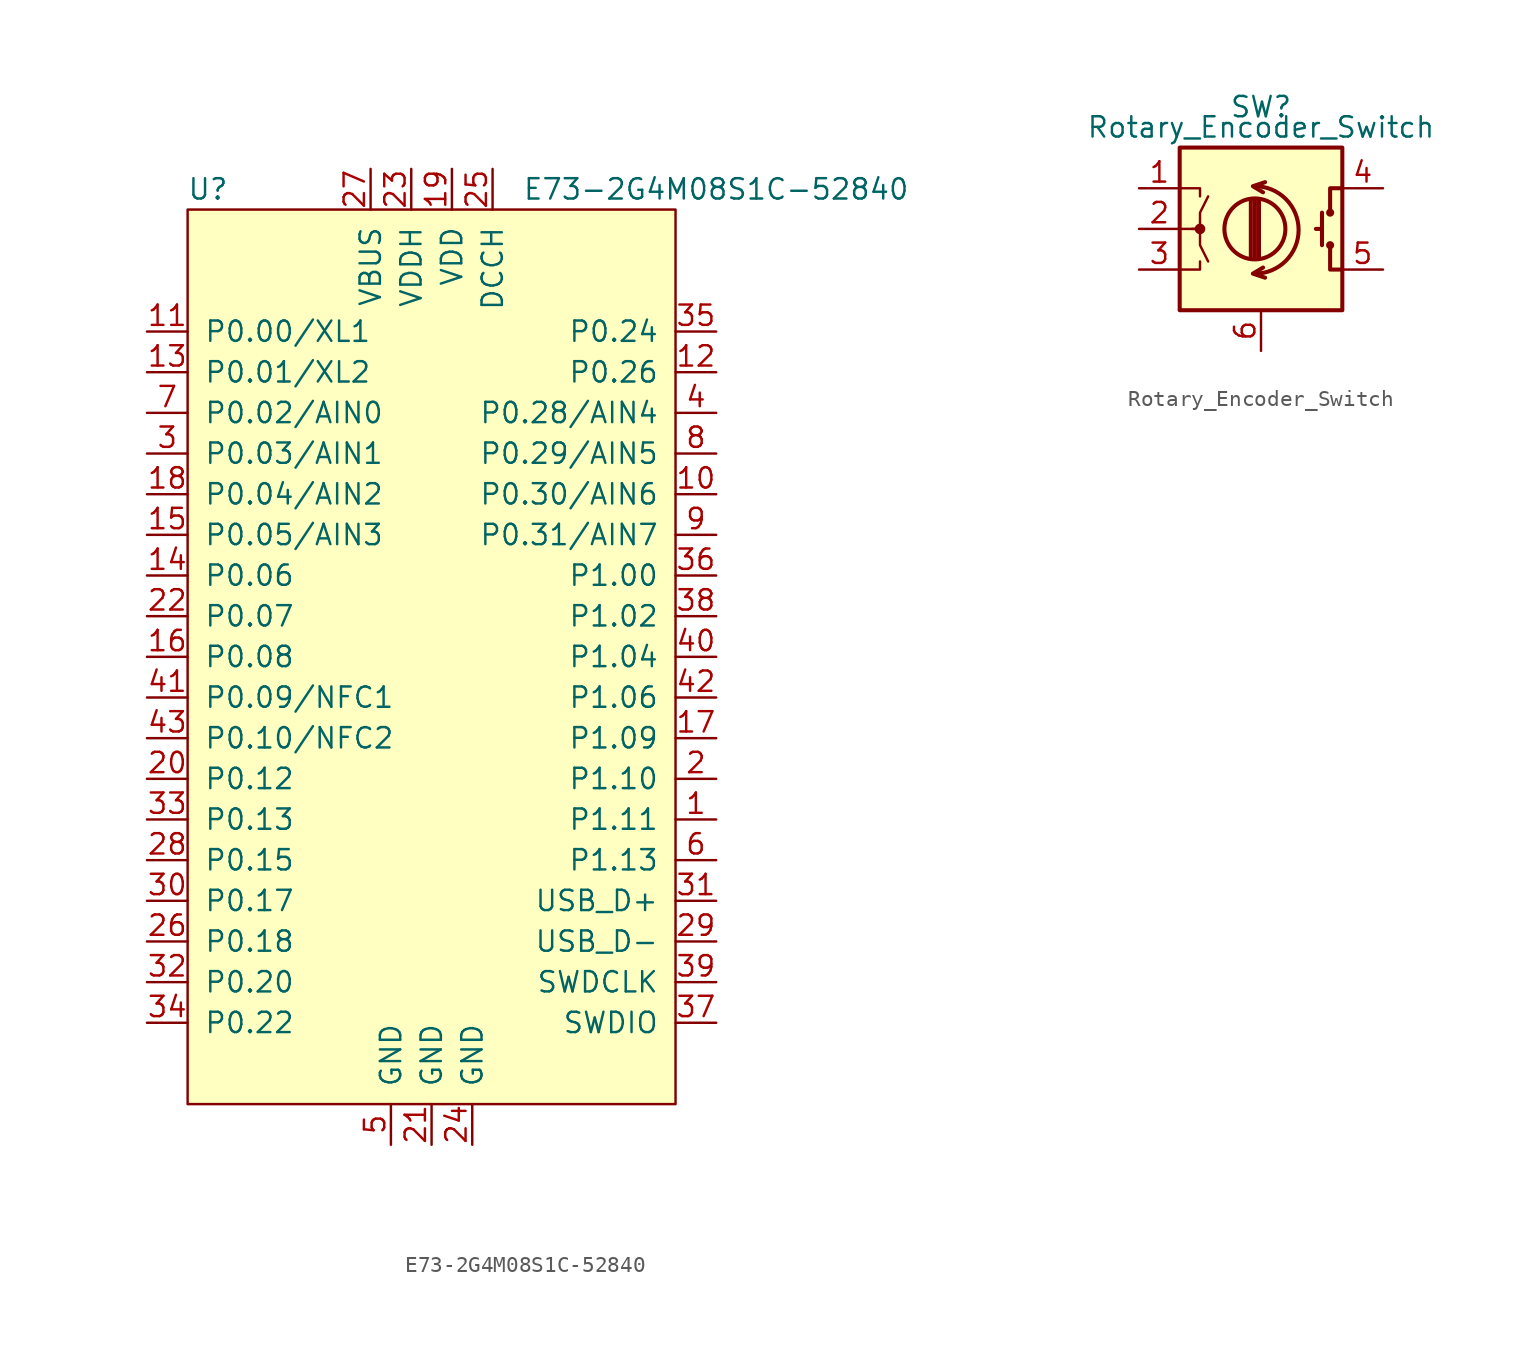
<source format=kicad_sym>
(kicad_symbol_lib
  (version 20211014)
  (generator kicad_symbol_editor)
  (symbol "E73-2G4M08S1C-52840"
    (pin_names
      (offset 1.016))
    (property "Reference" "U"
      (at -13.97 29.21 0)
      (effects (font (size 1.27 1.27))))
    (property "Value" "E73-2G4M08S1C-52840"
      (at 17.78 29.21 0)
      (effects (font (size 1.27 1.27))))
    (symbol "E73-2G4M08S1C-52840_0_1"
      (rectangle (start -15.24 27.94) (end 15.24 -27.94) (stroke (width 0) (type default) (color 0 0 0 0)) (fill (type background))))
    (symbol "E73-2G4M08S1C-52840_1_1"
      (pin bidirectional line (at 17.78 -10.16 180) (length 2.54) (name "P1.11" (effects (font (size 1.27 1.27)))) (number "1" (effects (font (size 1.27 1.27)))))
      (pin bidirectional line (at 17.78 10.16 180) (length 2.54) (name "P0.30/AIN6" (effects (font (size 1.27 1.27)))) (number "10" (effects (font (size 1.27 1.27)))))
      (pin bidirectional line (at -17.78 20.32 0) (length 2.54) (name "P0.00/XL1" (effects (font (size 1.27 1.27)))) (number "11" (effects (font (size 1.27 1.27)))))
      (pin bidirectional line (at 17.78 17.78 180) (length 2.54) (name "P0.26" (effects (font (size 1.27 1.27)))) (number "12" (effects (font (size 1.27 1.27)))))
      (pin bidirectional line (at -17.78 17.78 0) (length 2.54) (name "P0.01/XL2" (effects (font (size 1.27 1.27)))) (number "13" (effects (font (size 1.27 1.27)))))
      (pin bidirectional line (at -17.78 5.08 0) (length 2.54) (name "P0.06" (effects (font (size 1.27 1.27)))) (number "14" (effects (font (size 1.27 1.27)))))
      (pin bidirectional line (at -17.78 7.62 0) (length 2.54) (name "P0.05/AIN3" (effects (font (size 1.27 1.27)))) (number "15" (effects (font (size 1.27 1.27)))))
      (pin bidirectional line (at -17.78 0 0) (length 2.54) (name "P0.08" (effects (font (size 1.27 1.27)))) (number "16" (effects (font (size 1.27 1.27)))))
      (pin bidirectional line (at 17.78 -5.08 180) (length 2.54) (name "P1.09" (effects (font (size 1.27 1.27)))) (number "17" (effects (font (size 1.27 1.27)))))
      (pin bidirectional line (at -17.78 10.16 0) (length 2.54) (name "P0.04/AIN2" (effects (font (size 1.27 1.27)))) (number "18" (effects (font (size 1.27 1.27)))))
      (pin power_in line (at 1.27 30.48 270) (length 2.54) (name "VDD" (effects (font (size 1.27 1.27)))) (number "19" (effects (font (size 1.27 1.27)))))
      (pin bidirectional line (at 17.78 -7.62 180) (length 2.54) (name "P1.10" (effects (font (size 1.27 1.27)))) (number "2" (effects (font (size 1.27 1.27)))))
      (pin bidirectional line (at -17.78 -7.62 0) (length 2.54) (name "P0.12" (effects (font (size 1.27 1.27)))) (number "20" (effects (font (size 1.27 1.27)))))
      (pin power_in line (at 0 -30.48 90) (length 2.54) (name "GND" (effects (font (size 1.27 1.27)))) (number "21" (effects (font (size 1.27 1.27)))))
      (pin bidirectional line (at -17.78 2.54 0) (length 2.54) (name "P0.07" (effects (font (size 1.27 1.27)))) (number "22" (effects (font (size 1.27 1.27)))))
      (pin power_in line (at -1.27 30.48 270) (length 2.54) (name "VDDH" (effects (font (size 1.27 1.27)))) (number "23" (effects (font (size 1.27 1.27)))))
      (pin power_in line (at 2.54 -30.48 90) (length 2.54) (name "GND" (effects (font (size 1.27 1.27)))) (number "24" (effects (font (size 1.27 1.27)))))
      (pin power_out line (at 3.81 30.48 270) (length 2.54) (name "DCCH" (effects (font (size 1.27 1.27)))) (number "25" (effects (font (size 1.27 1.27)))))
      (pin bidirectional line (at -17.78 -17.78 0) (length 2.54) (name "P0.18" (effects (font (size 1.27 1.27)))) (number "26" (effects (font (size 1.27 1.27)))))
      (pin power_in line (at -3.81 30.48 270) (length 2.54) (name "VBUS" (effects (font (size 1.27 1.27)))) (number "27" (effects (font (size 1.27 1.27)))))
      (pin bidirectional line (at -17.78 -12.7 0) (length 2.54) (name "P0.15" (effects (font (size 1.27 1.27)))) (number "28" (effects (font (size 1.27 1.27)))))
      (pin bidirectional line (at 17.78 -17.78 180) (length 2.54) (name "USB_D-" (effects (font (size 1.27 1.27)))) (number "29" (effects (font (size 1.27 1.27)))))
      (pin bidirectional line (at -17.78 12.7 0) (length 2.54) (name "P0.03/AIN1" (effects (font (size 1.27 1.27)))) (number "3" (effects (font (size 1.27 1.27)))))
      (pin bidirectional line (at -17.78 -15.24 0) (length 2.54) (name "P0.17" (effects (font (size 1.27 1.27)))) (number "30" (effects (font (size 1.27 1.27)))))
      (pin bidirectional line (at 17.78 -15.24 180) (length 2.54) (name "USB_D+" (effects (font (size 1.27 1.27)))) (number "31" (effects (font (size 1.27 1.27)))))
      (pin bidirectional line (at -17.78 -20.32 0) (length 2.54) (name "P0.20" (effects (font (size 1.27 1.27)))) (number "32" (effects (font (size 1.27 1.27)))))
      (pin bidirectional line (at -17.78 -10.16 0) (length 2.54) (name "P0.13" (effects (font (size 1.27 1.27)))) (number "33" (effects (font (size 1.27 1.27)))))
      (pin bidirectional line (at -17.78 -22.86 0) (length 2.54) (name "P0.22" (effects (font (size 1.27 1.27)))) (number "34" (effects (font (size 1.27 1.27)))))
      (pin bidirectional line (at 17.78 20.32 180) (length 2.54) (name "P0.24" (effects (font (size 1.27 1.27)))) (number "35" (effects (font (size 1.27 1.27)))))
      (pin bidirectional line (at 17.78 5.08 180) (length 2.54) (name "P1.00" (effects (font (size 1.27 1.27)))) (number "36" (effects (font (size 1.27 1.27)))))
      (pin bidirectional line (at 17.78 -22.86 180) (length 2.54) (name "SWDIO" (effects (font (size 1.27 1.27)))) (number "37" (effects (font (size 1.27 1.27)))))
      (pin bidirectional line (at 17.78 2.54 180) (length 2.54) (name "P1.02" (effects (font (size 1.27 1.27)))) (number "38" (effects (font (size 1.27 1.27)))))
      (pin input line (at 17.78 -20.32 180) (length 2.54) (name "SWDCLK" (effects (font (size 1.27 1.27)))) (number "39" (effects (font (size 1.27 1.27)))))
      (pin bidirectional line (at 17.78 15.24 180) (length 2.54) (name "P0.28/AIN4" (effects (font (size 1.27 1.27)))) (number "4" (effects (font (size 1.27 1.27)))))
      (pin bidirectional line (at 17.78 0 180) (length 2.54) (name "P1.04" (effects (font (size 1.27 1.27)))) (number "40" (effects (font (size 1.27 1.27)))))
      (pin bidirectional line (at -17.78 -2.54 0) (length 2.54) (name "P0.09/NFC1" (effects (font (size 1.27 1.27)))) (number "41" (effects (font (size 1.27 1.27)))))
      (pin bidirectional line (at 17.78 -2.54 180) (length 2.54) (name "P1.06" (effects (font (size 1.27 1.27)))) (number "42" (effects (font (size 1.27 1.27)))))
      (pin bidirectional line (at -17.78 -5.08 0) (length 2.54) (name "P0.10/NFC2" (effects (font (size 1.27 1.27)))) (number "43" (effects (font (size 1.27 1.27)))))
      (pin power_in line (at -2.54 -30.48 90) (length 2.54) (name "GND" (effects (font (size 1.27 1.27)))) (number "5" (effects (font (size 1.27 1.27)))))
      (pin bidirectional line (at 17.78 -12.7 180) (length 2.54) (name "P1.13" (effects (font (size 1.27 1.27)))) (number "6" (effects (font (size 1.27 1.27)))))
      (pin bidirectional line (at -17.78 15.24 0) (length 2.54) (name "P0.02/AIN0" (effects (font (size 1.27 1.27)))) (number "7" (effects (font (size 1.27 1.27)))))
      (pin bidirectional line (at 17.78 12.7 180) (length 2.54) (name "P0.29/AIN5" (effects (font (size 1.27 1.27)))) (number "8" (effects (font (size 1.27 1.27)))))
      (pin bidirectional line (at 17.78 7.62 180) (length 2.54) (name "P0.31/AIN7" (effects (font (size 1.27 1.27)))) (number "9" (effects (font (size 1.27 1.27)))))))
  (symbol "Rotary_Encoder_Switch"
    (pin_names
      (offset 0.254) hide)
    (property "Reference" "SW"
      (at 0 7.62 0)
      (effects (font (size 1.27 1.27))))
    (property "Value" "Rotary_Encoder_Switch"
      (at 0 6.35 0)
      (effects (font (size 1.27 1.27))))
    (symbol "Rotary_Encoder_Switch_0_1"
      (rectangle (start -5.08 5.08) (end 5.08 -5.08) (stroke (width 0.254) (type default) (color 0 0 0 0)) (fill (type background)))
      (circle (center -3.81 0) (radius 0.254) (stroke (width 0) (type default) (color 0 0 0 0)) (fill (type outline)))
      (arc (start -0.381 -2.794) (mid 2.3622 -0.0508) (end -0.381 2.667) (stroke (width 0.254) (type default) (color 0 0 0 0)) (fill (type none)))
      (circle (center -0.381 0) (radius 1.905) (stroke (width 0.254) (type default) (color 0 0 0 0)) (fill (type none)))
      (polyline (pts (xy -0.635 -1.778) (xy -0.635 1.778)) (stroke (width 0.254) (type default) (color 0 0 0 0)) (fill (type none)))
      (polyline (pts (xy -0.381 -1.778) (xy -0.381 1.778)) (stroke (width 0.254) (type default) (color 0 0 0 0)) (fill (type none)))
      (polyline (pts (xy -0.127 1.778) (xy -0.127 -1.778)) (stroke (width 0.254) (type default) (color 0 0 0 0)) (fill (type none)))
      (polyline (pts (xy 3.81 0) (xy 3.429 0)) (stroke (width 0.254) (type default) (color 0 0 0 0)) (fill (type none)))
      (polyline (pts (xy 3.81 1.016) (xy 3.81 -1.016)) (stroke (width 0.254) (type default) (color 0 0 0 0)) (fill (type none)))
      (polyline (pts (xy -5.08 -2.54) (xy -3.81 -2.54) (xy -3.81 -2.032)) (stroke (width 0) (type default) (color 0 0 0 0)) (fill (type none)))
      (polyline (pts (xy -5.08 2.54) (xy -3.81 2.54) (xy -3.81 2.032)) (stroke (width 0) (type default) (color 0 0 0 0)) (fill (type none)))
      (polyline (pts (xy 0.254 -3.048) (xy -0.508 -2.794) (xy 0.127 -2.413)) (stroke (width 0.254) (type default) (color 0 0 0 0)) (fill (type none)))
      (polyline (pts (xy 0.254 2.921) (xy -0.508 2.667) (xy 0.127 2.286)) (stroke (width 0.254) (type default) (color 0 0 0 0)) (fill (type none)))
      (polyline (pts (xy 5.08 -2.54) (xy 4.318 -2.54) (xy 4.318 -1.016)) (stroke (width 0.254) (type default) (color 0 0 0 0)) (fill (type none)))
      (polyline (pts (xy 5.08 2.54) (xy 4.318 2.54) (xy 4.318 1.016)) (stroke (width 0.254) (type default) (color 0 0 0 0)) (fill (type none)))
      (polyline (pts (xy -5.08 0) (xy -3.81 0) (xy -3.81 -1.016) (xy -3.302 -2.032)) (stroke (width 0) (type default) (color 0 0 0 0)) (fill (type none)))
      (polyline (pts (xy -4.318 0) (xy -3.81 0) (xy -3.81 1.016) (xy -3.302 2.032)) (stroke (width 0) (type default) (color 0 0 0 0)) (fill (type none)))
      (circle (center 4.318 -1.016) (radius 0.127) (stroke (width 0.254) (type default) (color 0 0 0 0)) (fill (type none)))
      (circle (center 4.318 1.016) (radius 0.127) (stroke (width 0.254) (type default) (color 0 0 0 0)) (fill (type none))))
    (symbol "Rotary_Encoder_Switch_1_1"
      (pin passive line (at -7.62 2.54 0) (length 2.54) (name "A" (effects (font (size 1.27 1.27)))) (number "1" (effects (font (size 1.27 1.27)))))
      (pin passive line (at -7.62 0 0) (length 2.54) (name "C" (effects (font (size 1.27 1.27)))) (number "2" (effects (font (size 1.27 1.27)))))
      (pin passive line (at -7.62 -2.54 0) (length 2.54) (name "B" (effects (font (size 1.27 1.27)))) (number "3" (effects (font (size 1.27 1.27)))))
      (pin passive line (at 7.62 2.54 180) (length 2.54) (name "S1" (effects (font (size 1.27 1.27)))) (number "4" (effects (font (size 1.27 1.27)))))
      (pin passive line (at 7.62 -2.54 180) (length 2.54) (name "S2" (effects (font (size 1.27 1.27)))) (number "5" (effects (font (size 1.27 1.27)))))
      (pin passive line (at 0 -7.62 90) (length 2.54) (name "SH" (effects (font (size 1.27 1.27)))) (number "6" (effects (font (size 1.27 1.27))))))))
</source>
